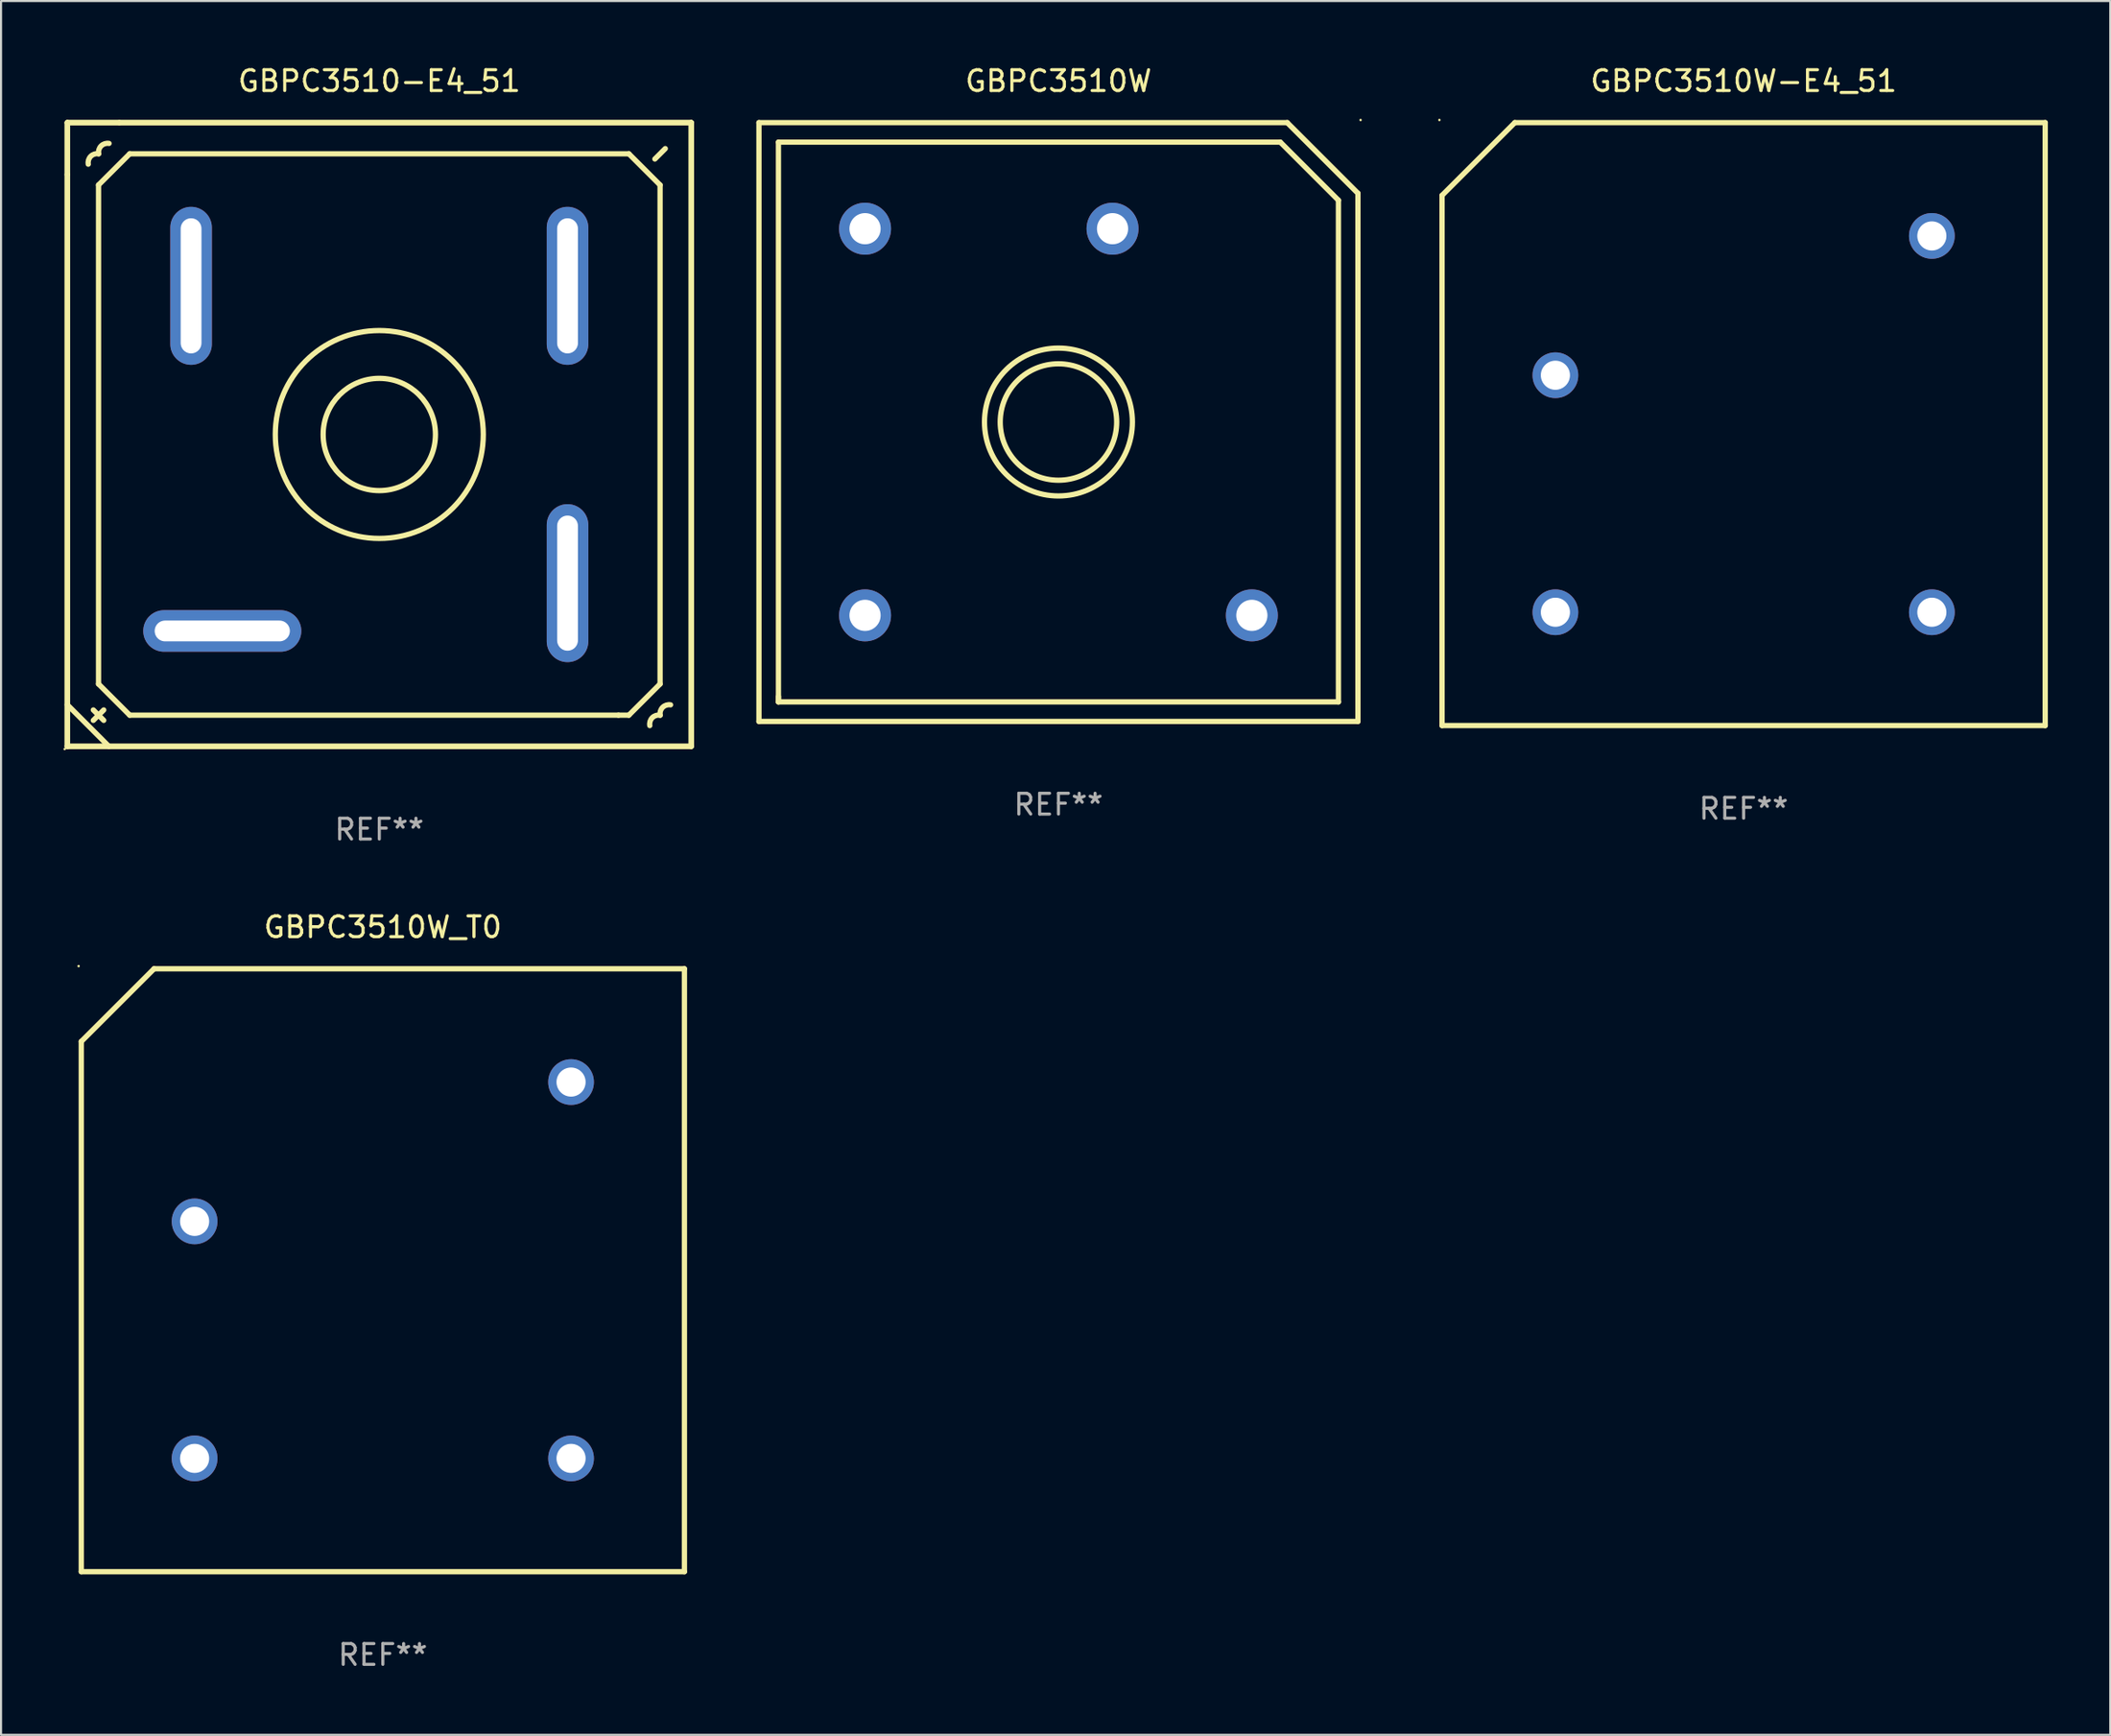
<source format=kicad_pcb>
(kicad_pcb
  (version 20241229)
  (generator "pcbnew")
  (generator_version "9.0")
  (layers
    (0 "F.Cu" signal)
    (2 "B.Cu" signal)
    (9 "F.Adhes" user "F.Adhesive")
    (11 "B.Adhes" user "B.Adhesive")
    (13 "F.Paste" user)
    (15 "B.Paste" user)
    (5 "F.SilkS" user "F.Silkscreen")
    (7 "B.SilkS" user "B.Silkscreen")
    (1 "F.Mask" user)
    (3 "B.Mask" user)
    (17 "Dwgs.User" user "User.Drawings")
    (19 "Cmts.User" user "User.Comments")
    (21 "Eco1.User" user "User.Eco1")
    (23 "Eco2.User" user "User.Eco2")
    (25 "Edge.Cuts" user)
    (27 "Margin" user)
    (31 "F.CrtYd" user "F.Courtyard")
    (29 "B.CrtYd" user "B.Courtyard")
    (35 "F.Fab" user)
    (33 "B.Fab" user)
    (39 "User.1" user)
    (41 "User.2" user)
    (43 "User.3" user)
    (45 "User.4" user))
  (footprint "GBPC3510W-E4_51"
    (layer "F.Cu")
    (at 80.785 17.348)
    (property "Reference" "GBPC3510W-E4_51" (at 0 -16.5 0) (layer "F.SilkS") (effects (font (size 1 1) (thickness 0.15))))
    (attr through_hole)
    (fp_line (start -14.5 -11) (end -14.5 14.5) (stroke (width 0.254) (type solid)) (layer "F.SilkS"))
    (fp_line (start -14.5 14.5) (end 14.5 14.5) (stroke (width 0.254) (type solid)) (layer "F.SilkS"))
    (fp_line (start -11 -14.5) (end -14.5 -11) (stroke (width 0.254) (type solid)) (layer "F.SilkS"))
    (fp_line (start -11 -14.5) (end 14.5 -14.5) (stroke (width 0.254) (type solid)) (layer "F.SilkS"))
    (fp_line (start 14.5 -14.5) (end 14.5 14.5) (stroke (width 0.254) (type solid)) (layer "F.SilkS"))
    (fp_circle (center -14.627 -14.627) (end -14.597 -14.627) (stroke (width 0.06) (type solid)) (fill no) (layer "F.SilkS"))
    (fp_text user "+" (at -12.446 -1.397 0) (layer "B.Mask") (effects (font (size 1 1) (thickness 0.15))))
    (fp_text user "&#126;" (at 11.176 -8.308 0) (layer "B.Mask") (effects (font (size 1 1) (thickness 0.15))))
    (fp_text user "&#126;" (at -12.446 9.98 0) (layer "B.Mask") (effects (font (size 1 1) (thickness 0.15))))
    (fp_text user "-" (at 10.795 10.211 0) (layer "B.Mask") (effects (font (size 1 1) (thickness 0.15))))
    (fp_text user "REF**" (at 0 18.5 0) (layer "F.Fab") (effects (font (size 1 1) (thickness 0.15))))
    (pad "1" thru_hole circle (at -9.05 -2.35) (size 2.2 2.2) (drill 1.4) (layers "*.Cu" "*.Mask"))
    (pad "2" thru_hole circle (at -9.05 9.05) (size 2.2 2.2) (drill 1.4) (layers "*.Cu" "*.Mask"))
    (pad "3" thru_hole circle (at 9.05 9.05) (size 2.2 2.2) (drill 1.4) (layers "*.Cu" "*.Mask"))
    (pad "4" thru_hole circle (at 9.05 -9.05) (size 2.2 2.2) (drill 1.4) (layers "*.Cu" "*.Mask")))
  (footprint "GBPC3510W_T0"
    (layer "F.Cu")
    (at 15.357 58.046)
    (property "Reference" "GBPC3510W_T0" (at 0 -16.5 0) (layer "F.SilkS") (effects (font (size 1 1) (thickness 0.15))))
    (attr through_hole)
    (fp_line (start -14.5 -11) (end -14.5 14.5) (stroke (width 0.254) (type solid)) (layer "F.SilkS"))
    (fp_line (start -14.5 14.5) (end 14.5 14.5) (stroke (width 0.254) (type solid)) (layer "F.SilkS"))
    (fp_line (start -11 -14.5) (end -14.5 -11) (stroke (width 0.254) (type solid)) (layer "F.SilkS"))
    (fp_line (start -11 -14.5) (end 14.5 -14.5) (stroke (width 0.254) (type solid)) (layer "F.SilkS"))
    (fp_line (start 14.5 -14.5) (end 14.5 14.5) (stroke (width 0.254) (type solid)) (layer "F.SilkS"))
    (fp_circle (center -14.627 -14.627) (end -14.597 -14.627) (stroke (width 0.06) (type solid)) (fill no) (layer "F.SilkS"))
    (fp_text user "&#126;" (at 11.176 -8.308 0) (layer "B.Mask") (effects (font (size 1 1) (thickness 0.15))))
    (fp_text user "&#126;" (at -12.446 9.98 0) (layer "B.Mask") (effects (font (size 1 1) (thickness 0.15))))
    (fp_text user "-" (at 10.795 10.211 0) (layer "B.Mask") (effects (font (size 1 1) (thickness 0.15))))
    (fp_text user "+" (at -12.446 -1.397 0) (layer "B.Mask") (effects (font (size 1 1) (thickness 0.15))))
    (fp_text user "REF**" (at 0 18.5 0) (layer "F.Fab") (effects (font (size 1 1) (thickness 0.15))))
    (pad "1" thru_hole circle (at -9.05 -2.35) (size 2.2 2.2) (drill 1.4) (layers "*.Cu" "*.Mask"))
    (pad "2" thru_hole circle (at -9.05 9.05) (size 2.2 2.2) (drill 1.4) (layers "*.Cu" "*.Mask"))
    (pad "3" thru_hole circle (at 9.05 9.05) (size 2.2 2.2) (drill 1.4) (layers "*.Cu" "*.Mask"))
    (pad "4" thru_hole circle (at 9.05 -9.05) (size 2.2 2.2) (drill 1.4) (layers "*.Cu" "*.Mask")))
  (footprint "GBPC3510-E4_51"
    (layer "F.Cu")
    (at 15.187 17.849)
    (property "Reference" "GBPC3510-E4_51" (at 0 -17.001 0) (layer "F.SilkS") (effects (font (size 1 1) (thickness 0.15))))
    (attr through_hole)
    (fp_line (start -15 -15.001) (end -12.5 -15.001) (stroke (width 0.254) (type solid)) (layer "F.SilkS"))
    (fp_line (start -15 -15.001) (end 15 -15.001) (stroke (width 0.254) (type solid)) (layer "F.SilkS"))
    (fp_line (start -15 -12.501) (end -15 -15.001) (stroke (width 0.254) (type solid)) (layer "F.SilkS"))
    (fp_line (start -15 14.999) (end -15 -15.001) (stroke (width 0.254) (type solid)) (layer "F.SilkS"))
    (fp_line (start -15 14.999) (end -15 -12.501) (stroke (width 0.254) (type solid)) (layer "F.SilkS"))
    (fp_line (start -14.999 12.999) (end -13 15.001) (stroke (width 0.254) (type solid)) (layer "F.SilkS"))
    (fp_line (start -13.75 13.749) (end -13.25 13.249) (stroke (width 0.254) (type solid)) (layer "F.SilkS"))
    (fp_line (start -13.5 -12.001) (end -12 -13.501) (stroke (width 0.254) (type solid)) (layer "F.SilkS"))
    (fp_line (start -13.5 11.999) (end -13.5 -12.001) (stroke (width 0.254) (type solid)) (layer "F.SilkS"))
    (fp_line (start -13.25 13.749) (end -13.75 13.249) (stroke (width 0.254) (type solid)) (layer "F.SilkS"))
    (fp_line (start -12.5 -15.001) (end 15 -15.001) (stroke (width 0.254) (type solid)) (layer "F.SilkS"))
    (fp_line (start -12 -13.501) (end 12 -13.501) (stroke (width 0.254) (type solid)) (layer "F.SilkS"))
    (fp_line (start -12 13.499) (end -13.5 11.999) (stroke (width 0.254) (type solid)) (layer "F.SilkS"))
    (fp_line (start 11.5 13.499) (end -12 13.499) (stroke (width 0.254) (type solid)) (layer "F.SilkS"))
    (fp_line (start 12 -13.501) (end 13.5 -12.001) (stroke (width 0.254) (type solid)) (layer "F.SilkS"))
    (fp_line (start 12 13.499) (end 11.5 13.499) (stroke (width 0.254) (type solid)) (layer "F.SilkS"))
    (fp_line (start 13.5 -12.001) (end 13.5 11.999) (stroke (width 0.254) (type solid)) (layer "F.SilkS"))
    (fp_line (start 13.5 11.999) (end 12 13.499) (stroke (width 0.254) (type solid)) (layer "F.SilkS"))
    (fp_line (start 13.75 -13.751) (end 13.25 -13.251) (stroke (width 0.254) (type solid)) (layer "F.SilkS"))
    (fp_line (start 15 -15.001) (end 15 14.999) (stroke (width 0.254) (type solid)) (layer "F.SilkS"))
    (fp_line (start 15 -15.001) (end 15 14.999) (stroke (width 0.254) (type solid)) (layer "F.SilkS"))
    (fp_line (start 15 14.999) (end -15 14.999) (stroke (width 0.254) (type solid)) (layer "F.SilkS"))
    (fp_line (start 15 14.999) (end -15 14.999) (stroke (width 0.254) (type solid)) (layer "F.SilkS"))
    (fp_arc (start -13.993167 -13.002413) (mid -13.872579 -13.381824) (end -13.493168 -13.502412) (stroke (width 0.254001) (type solid)) (layer "F.SilkS"))
    (fp_arc (start -13.494692 -13.500381) (mid -13.374103 -13.879793) (end -12.994691 -14.000381) (stroke (width 0.254001) (type solid)) (layer "F.SilkS"))
    (fp_arc (start 13.005131 14.000635) (mid 13.125719 13.621224) (end 13.50513 13.500636) (stroke (width 0.254001) (type solid)) (layer "F.SilkS"))
    (fp_arc (start 13.503606 13.502667) (mid 13.624195 13.123255) (end 14.003607 13.002667) (stroke (width 0.254001) (type solid)) (layer "F.SilkS"))
    (fp_circle (center -15.127 15.128) (end -15.097 15.128) (stroke (width 0.06) (type solid)) (fill no) (layer "F.SilkS"))
    (fp_circle (center 0 -0.001) (end 2.7 -0.001) (stroke (width 0.254) (type solid)) (fill no) (layer "F.SilkS"))
    (fp_circle (center 0 -0.001) (end 5 -0.001) (stroke (width 0.254) (type solid)) (fill no) (layer "F.SilkS"))
    (fp_text user "REF**" (at 0 19.001 0) (layer "F.Fab") (effects (font (size 1 1) (thickness 0.15))))
    (pad "1" thru_hole oval (at -7.55 9.449 270) (size 2 7.6) (drill oval 1 6.5) (layers "*.Cu" "*.Mask"))
    (pad "2" thru_hole oval (at -9.05 -7.151 180) (size 2 7.6) (drill oval 1 6.5) (layers "*.Cu" "*.Mask"))
    (pad "3" thru_hole oval (at 9.05 -7.151) (size 2 7.6) (drill oval 1 6.5) (layers "*.Cu" "*.Mask"))
    (pad "4" thru_hole oval (at 9.05 7.149) (size 2 7.6) (drill oval 1 6.5) (layers "*.Cu" "*.Mask")))
  (footprint "GBPC3510W"
    (layer "F.Cu")
    (at 47.841 17.249)
    (property "Reference" "GBPC3510W" (at 0 -16.4 0) (layer "F.SilkS") (effects (font (size 1 1) (thickness 0.15))))
    (attr through_hole)
    (fp_line (start -14.4 14.4) (end 14.4 14.4) (stroke (width 0.254) (type solid)) (layer "F.SilkS"))
    (fp_line (start -14.4 14.4) (end -14.4 -14.4) (stroke (width 0.254) (type solid)) (layer "F.SilkS"))
    (fp_line (start -13.462 -13.462) (end 10.668 -13.462) (stroke (width 0.254) (type solid)) (layer "F.SilkS"))
    (fp_line (start -13.462 13.462) (end -13.462 -13.462) (stroke (width 0.254) (type solid)) (layer "F.SilkS"))
    (fp_line (start -13.462 13.462) (end -13.462 13.208) (stroke (width 0.254) (type solid)) (layer "F.SilkS"))
    (fp_line (start 10.668 -13.462) (end 13.462 -10.668) (stroke (width 0.254) (type solid)) (layer "F.SilkS"))
    (fp_line (start 11 -14.4) (end -14.4 -14.4) (stroke (width 0.254) (type solid)) (layer "F.SilkS"))
    (fp_line (start 11 -14.4) (end 14.4 -11) (stroke (width 0.254) (type solid)) (layer "F.SilkS"))
    (fp_line (start 13.462 -10.668) (end 13.462 13.462) (stroke (width 0.254) (type solid)) (layer "F.SilkS"))
    (fp_line (start 13.462 13.462) (end -13.462 13.462) (stroke (width 0.254) (type solid)) (layer "F.SilkS"))
    (fp_line (start 14.4 14.4) (end 14.4 -11) (stroke (width 0.254) (type solid)) (layer "F.SilkS"))
    (fp_circle (center 0 -0.000381) (end 2.8 -0.000381) (stroke (width 0.254) (type solid)) (fill no) (layer "F.SilkS"))
    (fp_circle (center 0 -0.000381) (end 3.556 -0.000381) (stroke (width 0.254) (type solid)) (fill no) (layer "F.SilkS"))
    (fp_circle (center 14.527 -14.527) (end 14.557 -14.527) (stroke (width 0.06) (type solid)) (fill no) (layer "F.SilkS"))
    (fp_text user "REF**" (at 0 18.4 0) (layer "F.Fab") (effects (font (size 1 1) (thickness 0.15))))
    (pad "1" thru_hole circle (at 2.601 -9.299) (size 2.5 2.5) (drill 1.5) (layers "*.Cu" "*.Mask"))
    (pad "2" thru_hole circle (at 9.299 9.299) (size 2.5 2.5) (drill 1.5) (layers "*.Cu" "*.Mask"))
    (pad "3" thru_hole circle (at -9.299 9.299) (size 2.5 2.5) (drill 1.5) (layers "*.Cu" "*.Mask"))
    (pad "4" thru_hole circle (at -9.299 -9.299) (size 2.5 2.5) (drill 1.5) (layers "*.Cu" "*.Mask")))
  (gr_rect
    (start -3 -3)
    (end 98.412 80.394)
    (stroke (width 0.1) (type default))
    (fill no)
    (layer "Edge.Cuts")))
</source>
